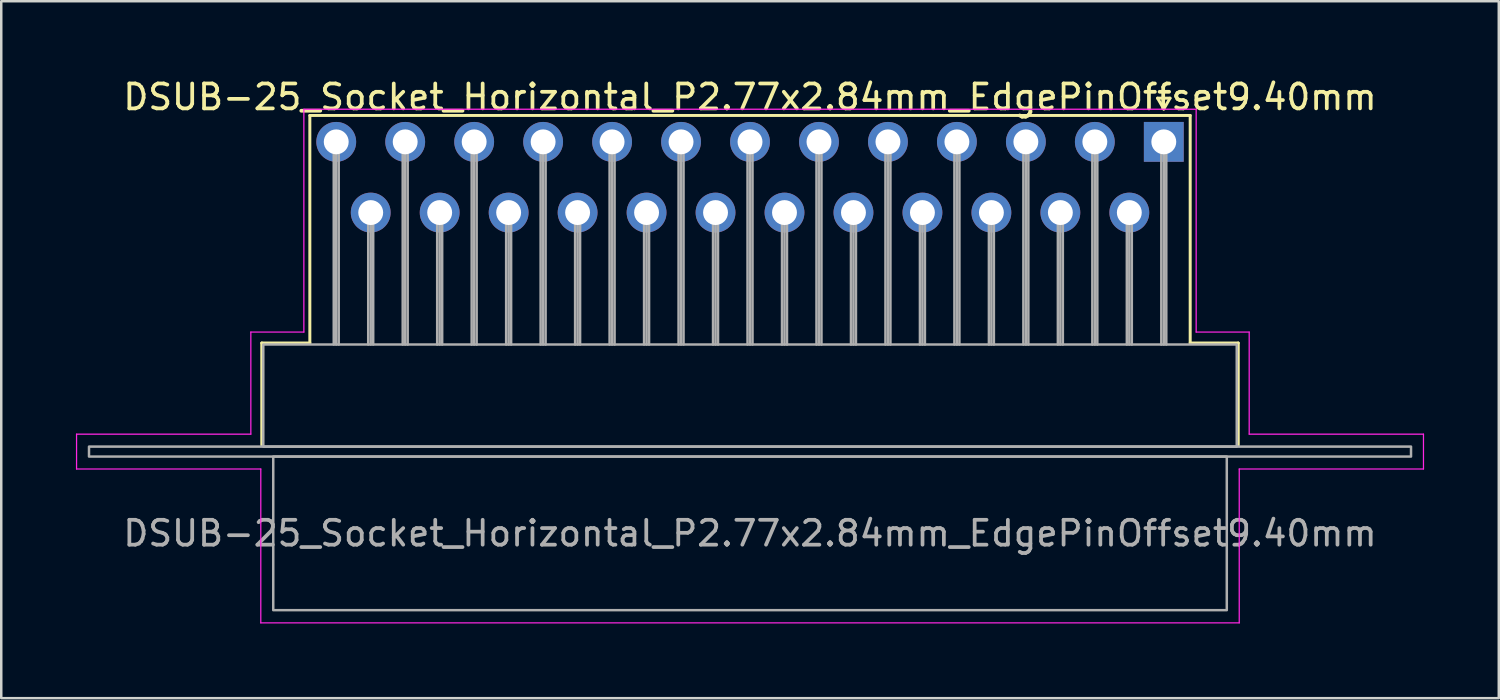
<source format=kicad_pcb>
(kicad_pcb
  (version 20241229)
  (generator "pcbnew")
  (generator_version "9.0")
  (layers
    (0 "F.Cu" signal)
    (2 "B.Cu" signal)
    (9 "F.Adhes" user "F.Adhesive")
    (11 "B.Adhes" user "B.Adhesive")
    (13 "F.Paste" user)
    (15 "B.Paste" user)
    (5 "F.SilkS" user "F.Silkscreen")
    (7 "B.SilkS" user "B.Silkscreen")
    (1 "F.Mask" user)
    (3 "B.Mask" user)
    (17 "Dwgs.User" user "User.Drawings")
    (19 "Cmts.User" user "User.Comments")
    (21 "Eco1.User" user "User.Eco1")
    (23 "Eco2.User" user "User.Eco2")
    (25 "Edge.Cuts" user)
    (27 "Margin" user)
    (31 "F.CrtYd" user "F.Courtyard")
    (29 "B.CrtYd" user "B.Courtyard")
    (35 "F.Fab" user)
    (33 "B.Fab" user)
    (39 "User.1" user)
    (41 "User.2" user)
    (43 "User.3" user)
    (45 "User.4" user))
  (footprint "DSUB-25_Socket_Horizontal_P2.77x2.84mm_EdgePinOffset9.40mm"
    (layer "F.Cu")
    (at 43.695 2.648)
    (property "Reference" "DSUB-25_Socket_Horizontal_P2.77x2.84mm_EdgePinOffset9.40mm" (at -16.62 -1.8 0) (layer "F.SilkS") (effects (font (size 1 1) (thickness 0.15))))
    (attr through_hole)
    (fp_line (start -36.23 8.08) (end -34.3 8.08) (stroke (width 0.12) (type solid)) (layer "F.SilkS"))
    (fp_line (start -36.23 12.18) (end -36.23 8.08) (stroke (width 0.12) (type solid)) (layer "F.SilkS"))
    (fp_line (start -34.3 -1.06) (end 1.06 -1.06) (stroke (width 0.12) (type solid)) (layer "F.SilkS"))
    (fp_line (start -34.3 8.08) (end -34.3 -1.06) (stroke (width 0.12) (type solid)) (layer "F.SilkS"))
    (fp_line (start -0.25 -1.754) (end 0.25 -1.754) (stroke (width 0.12) (type solid)) (layer "F.SilkS"))
    (fp_line (start 0 -1.321) (end -0.25 -1.754) (stroke (width 0.12) (type solid)) (layer "F.SilkS"))
    (fp_line (start 0.25 -1.754) (end 0 -1.321) (stroke (width 0.12) (type solid)) (layer "F.SilkS"))
    (fp_line (start 1.06 -1.06) (end 1.06 8.08) (stroke (width 0.12) (type solid)) (layer "F.SilkS"))
    (fp_line (start 1.06 8.08) (end 2.99 8.08) (stroke (width 0.12) (type solid)) (layer "F.SilkS"))
    (fp_line (start 2.99 8.08) (end 2.99 12.18) (stroke (width 0.12) (type solid)) (layer "F.SilkS"))
    (fp_line (start -43.67 11.74) (end -36.67 11.74) (stroke (width 0.05) (type solid)) (layer "F.CrtYd"))
    (fp_line (start -43.67 13.14) (end -43.67 11.74) (stroke (width 0.05) (type solid)) (layer "F.CrtYd"))
    (fp_line (start -36.67 7.64) (end -34.54 7.64) (stroke (width 0.05) (type solid)) (layer "F.CrtYd"))
    (fp_line (start -36.67 11.74) (end -36.67 7.64) (stroke (width 0.05) (type solid)) (layer "F.CrtYd"))
    (fp_line (start -36.27 13.14) (end -43.67 13.14) (stroke (width 0.05) (type solid)) (layer "F.CrtYd"))
    (fp_line (start -36.27 19.32) (end -36.27 13.14) (stroke (width 0.05) (type solid)) (layer "F.CrtYd"))
    (fp_line (start -34.54 -1.31) (end 1.3 -1.31) (stroke (width 0.05) (type solid)) (layer "F.CrtYd"))
    (fp_line (start -34.54 7.64) (end -34.54 -1.31) (stroke (width 0.05) (type solid)) (layer "F.CrtYd"))
    (fp_line (start 1.3 -1.31) (end 1.3 7.64) (stroke (width 0.05) (type solid)) (layer "F.CrtYd"))
    (fp_line (start 1.3 7.64) (end 3.43 7.64) (stroke (width 0.05) (type solid)) (layer "F.CrtYd"))
    (fp_line (start 3.03 13.14) (end 3.03 19.32) (stroke (width 0.05) (type solid)) (layer "F.CrtYd"))
    (fp_line (start 3.03 19.32) (end -36.27 19.32) (stroke (width 0.05) (type solid)) (layer "F.CrtYd"))
    (fp_line (start 3.43 7.64) (end 3.43 11.74) (stroke (width 0.05) (type solid)) (layer "F.CrtYd"))
    (fp_line (start 3.43 11.74) (end 10.43 11.74) (stroke (width 0.05) (type solid)) (layer "F.CrtYd"))
    (fp_line (start 10.43 11.74) (end 10.43 13.14) (stroke (width 0.05) (type solid)) (layer "F.CrtYd"))
    (fp_line (start 10.43 13.14) (end 3.03 13.14) (stroke (width 0.05) (type solid)) (layer "F.CrtYd"))
    (fp_line (start -33.34 0) (end -33.34 8.14) (stroke (width 0.1) (type solid)) (layer "F.Fab"))
    (fp_line (start -33.24 0) (end -33.24 8.14) (stroke (width 0.1) (type solid)) (layer "F.Fab"))
    (fp_line (start -33.14 0) (end -33.14 8.14) (stroke (width 0.1) (type solid)) (layer "F.Fab"))
    (fp_line (start -31.955 2.84) (end -31.955 8.14) (stroke (width 0.1) (type solid)) (layer "F.Fab"))
    (fp_line (start -31.855 2.84) (end -31.855 8.14) (stroke (width 0.1) (type solid)) (layer "F.Fab"))
    (fp_line (start -31.755 2.84) (end -31.755 8.14) (stroke (width 0.1) (type solid)) (layer "F.Fab"))
    (fp_line (start -30.57 0) (end -30.57 8.14) (stroke (width 0.1) (type solid)) (layer "F.Fab"))
    (fp_line (start -30.47 0) (end -30.47 8.14) (stroke (width 0.1) (type solid)) (layer "F.Fab"))
    (fp_line (start -30.37 0) (end -30.37 8.14) (stroke (width 0.1) (type solid)) (layer "F.Fab"))
    (fp_line (start -29.185 2.84) (end -29.185 8.14) (stroke (width 0.1) (type solid)) (layer "F.Fab"))
    (fp_line (start -29.085 2.84) (end -29.085 8.14) (stroke (width 0.1) (type solid)) (layer "F.Fab"))
    (fp_line (start -28.985 2.84) (end -28.985 8.14) (stroke (width 0.1) (type solid)) (layer "F.Fab"))
    (fp_line (start -27.8 0) (end -27.8 8.14) (stroke (width 0.1) (type solid)) (layer "F.Fab"))
    (fp_line (start -27.7 0) (end -27.7 8.14) (stroke (width 0.1) (type solid)) (layer "F.Fab"))
    (fp_line (start -27.6 0) (end -27.6 8.14) (stroke (width 0.1) (type solid)) (layer "F.Fab"))
    (fp_line (start -26.415 2.84) (end -26.415 8.14) (stroke (width 0.1) (type solid)) (layer "F.Fab"))
    (fp_line (start -26.315 2.84) (end -26.315 8.14) (stroke (width 0.1) (type solid)) (layer "F.Fab"))
    (fp_line (start -26.215 2.84) (end -26.215 8.14) (stroke (width 0.1) (type solid)) (layer "F.Fab"))
    (fp_line (start -25.03 0) (end -25.03 8.14) (stroke (width 0.1) (type solid)) (layer "F.Fab"))
    (fp_line (start -24.93 0) (end -24.93 8.14) (stroke (width 0.1) (type solid)) (layer "F.Fab"))
    (fp_line (start -24.83 0) (end -24.83 8.14) (stroke (width 0.1) (type solid)) (layer "F.Fab"))
    (fp_line (start -23.645 2.84) (end -23.645 8.14) (stroke (width 0.1) (type solid)) (layer "F.Fab"))
    (fp_line (start -23.545 2.84) (end -23.545 8.14) (stroke (width 0.1) (type solid)) (layer "F.Fab"))
    (fp_line (start -23.445 2.84) (end -23.445 8.14) (stroke (width 0.1) (type solid)) (layer "F.Fab"))
    (fp_line (start -22.26 0) (end -22.26 8.14) (stroke (width 0.1) (type solid)) (layer "F.Fab"))
    (fp_line (start -22.16 0) (end -22.16 8.14) (stroke (width 0.1) (type solid)) (layer "F.Fab"))
    (fp_line (start -22.06 0) (end -22.06 8.14) (stroke (width 0.1) (type solid)) (layer "F.Fab"))
    (fp_line (start -20.875 2.84) (end -20.875 8.14) (stroke (width 0.1) (type solid)) (layer "F.Fab"))
    (fp_line (start -20.775 2.84) (end -20.775 8.14) (stroke (width 0.1) (type solid)) (layer "F.Fab"))
    (fp_line (start -20.675 2.84) (end -20.675 8.14) (stroke (width 0.1) (type solid)) (layer "F.Fab"))
    (fp_line (start -19.49 0) (end -19.49 8.14) (stroke (width 0.1) (type solid)) (layer "F.Fab"))
    (fp_line (start -19.39 0) (end -19.39 8.14) (stroke (width 0.1) (type solid)) (layer "F.Fab"))
    (fp_line (start -19.29 0) (end -19.29 8.14) (stroke (width 0.1) (type solid)) (layer "F.Fab"))
    (fp_line (start -18.105 2.84) (end -18.105 8.14) (stroke (width 0.1) (type solid)) (layer "F.Fab"))
    (fp_line (start -18.005 2.84) (end -18.005 8.14) (stroke (width 0.1) (type solid)) (layer "F.Fab"))
    (fp_line (start -17.905 2.84) (end -17.905 8.14) (stroke (width 0.1) (type solid)) (layer "F.Fab"))
    (fp_line (start -16.72 0) (end -16.72 8.14) (stroke (width 0.1) (type solid)) (layer "F.Fab"))
    (fp_line (start -16.62 0) (end -16.62 8.14) (stroke (width 0.1) (type solid)) (layer "F.Fab"))
    (fp_line (start -16.52 0) (end -16.52 8.14) (stroke (width 0.1) (type solid)) (layer "F.Fab"))
    (fp_line (start -15.335 2.84) (end -15.335 8.14) (stroke (width 0.1) (type solid)) (layer "F.Fab"))
    (fp_line (start -15.235 2.84) (end -15.235 8.14) (stroke (width 0.1) (type solid)) (layer "F.Fab"))
    (fp_line (start -15.135 2.84) (end -15.135 8.14) (stroke (width 0.1) (type solid)) (layer "F.Fab"))
    (fp_line (start -13.95 0) (end -13.95 8.14) (stroke (width 0.1) (type solid)) (layer "F.Fab"))
    (fp_line (start -13.85 0) (end -13.85 8.14) (stroke (width 0.1) (type solid)) (layer "F.Fab"))
    (fp_line (start -13.75 0) (end -13.75 8.14) (stroke (width 0.1) (type solid)) (layer "F.Fab"))
    (fp_line (start -12.565 2.84) (end -12.565 8.14) (stroke (width 0.1) (type solid)) (layer "F.Fab"))
    (fp_line (start -12.465 2.84) (end -12.465 8.14) (stroke (width 0.1) (type solid)) (layer "F.Fab"))
    (fp_line (start -12.365 2.84) (end -12.365 8.14) (stroke (width 0.1) (type solid)) (layer "F.Fab"))
    (fp_line (start -11.18 0) (end -11.18 8.14) (stroke (width 0.1) (type solid)) (layer "F.Fab"))
    (fp_line (start -11.08 0) (end -11.08 8.14) (stroke (width 0.1) (type solid)) (layer "F.Fab"))
    (fp_line (start -10.98 0) (end -10.98 8.14) (stroke (width 0.1) (type solid)) (layer "F.Fab"))
    (fp_line (start -9.795 2.84) (end -9.795 8.14) (stroke (width 0.1) (type solid)) (layer "F.Fab"))
    (fp_line (start -9.695 2.84) (end -9.695 8.14) (stroke (width 0.1) (type solid)) (layer "F.Fab"))
    (fp_line (start -9.595 2.84) (end -9.595 8.14) (stroke (width 0.1) (type solid)) (layer "F.Fab"))
    (fp_line (start -8.41 0) (end -8.41 8.14) (stroke (width 0.1) (type solid)) (layer "F.Fab"))
    (fp_line (start -8.31 0) (end -8.31 8.14) (stroke (width 0.1) (type solid)) (layer "F.Fab"))
    (fp_line (start -8.21 0) (end -8.21 8.14) (stroke (width 0.1) (type solid)) (layer "F.Fab"))
    (fp_line (start -7.025 2.84) (end -7.025 8.14) (stroke (width 0.1) (type solid)) (layer "F.Fab"))
    (fp_line (start -6.925 2.84) (end -6.925 8.14) (stroke (width 0.1) (type solid)) (layer "F.Fab"))
    (fp_line (start -6.825 2.84) (end -6.825 8.14) (stroke (width 0.1) (type solid)) (layer "F.Fab"))
    (fp_line (start -5.64 0) (end -5.64 8.14) (stroke (width 0.1) (type solid)) (layer "F.Fab"))
    (fp_line (start -5.54 0) (end -5.54 8.14) (stroke (width 0.1) (type solid)) (layer "F.Fab"))
    (fp_line (start -5.44 0) (end -5.44 8.14) (stroke (width 0.1) (type solid)) (layer "F.Fab"))
    (fp_line (start -4.255 2.84) (end -4.255 8.14) (stroke (width 0.1) (type solid)) (layer "F.Fab"))
    (fp_line (start -4.155 2.84) (end -4.155 8.14) (stroke (width 0.1) (type solid)) (layer "F.Fab"))
    (fp_line (start -4.055 2.84) (end -4.055 8.14) (stroke (width 0.1) (type solid)) (layer "F.Fab"))
    (fp_line (start -2.87 0) (end -2.87 8.14) (stroke (width 0.1) (type solid)) (layer "F.Fab"))
    (fp_line (start -2.77 0) (end -2.77 8.14) (stroke (width 0.1) (type solid)) (layer "F.Fab"))
    (fp_line (start -2.67 0) (end -2.67 8.14) (stroke (width 0.1) (type solid)) (layer "F.Fab"))
    (fp_line (start -1.485 2.84) (end -1.485 8.14) (stroke (width 0.1) (type solid)) (layer "F.Fab"))
    (fp_line (start -1.385 2.84) (end -1.385 8.14) (stroke (width 0.1) (type solid)) (layer "F.Fab"))
    (fp_line (start -1.285 2.84) (end -1.285 8.14) (stroke (width 0.1) (type solid)) (layer "F.Fab"))
    (fp_line (start -0.1 0) (end -0.1 8.14) (stroke (width 0.1) (type solid)) (layer "F.Fab"))
    (fp_line (start 0 0) (end 0 8.14) (stroke (width 0.1) (type solid)) (layer "F.Fab"))
    (fp_line (start 0.1 0) (end 0.1 8.14) (stroke (width 0.1) (type solid)) (layer "F.Fab"))
    (fp_rect (start -43.17 12.24) (end 9.93 12.64) (stroke (width 0.1) (type solid)) (fill no) (layer "F.Fab"))
    (fp_rect (start -36.17 8.14) (end 2.93 12.24) (stroke (width 0.1) (type solid)) (fill no) (layer "F.Fab"))
    (fp_rect (start -35.77 12.64) (end 2.53 18.81) (stroke (width 0.1) (type solid)) (fill no) (layer "F.Fab"))
    (fp_text user "${REFERENCE}" (at -16.62 15.725 0) (layer "F.Fab") (effects (font (size 1 1) (thickness 0.15))))
    (pad "1" thru_hole rect (at 0 0) (size 1.6 1.6) (drill 1) (layers "*.Cu" "*.Mask"))
    (pad "2" thru_hole circle (at -2.77 0) (size 1.6 1.6) (drill 1) (layers "*.Cu" "*.Mask"))
    (pad "3" thru_hole circle (at -5.54 0) (size 1.6 1.6) (drill 1) (layers "*.Cu" "*.Mask"))
    (pad "4" thru_hole circle (at -8.31 0) (size 1.6 1.6) (drill 1) (layers "*.Cu" "*.Mask"))
    (pad "5" thru_hole circle (at -11.08 0) (size 1.6 1.6) (drill 1) (layers "*.Cu" "*.Mask"))
    (pad "6" thru_hole circle (at -13.85 0) (size 1.6 1.6) (drill 1) (layers "*.Cu" "*.Mask"))
    (pad "7" thru_hole circle (at -16.62 0) (size 1.6 1.6) (drill 1) (layers "*.Cu" "*.Mask"))
    (pad "8" thru_hole circle (at -19.39 0) (size 1.6 1.6) (drill 1) (layers "*.Cu" "*.Mask"))
    (pad "9" thru_hole circle (at -22.16 0) (size 1.6 1.6) (drill 1) (layers "*.Cu" "*.Mask"))
    (pad "10" thru_hole circle (at -24.93 0) (size 1.6 1.6) (drill 1) (layers "*.Cu" "*.Mask"))
    (pad "11" thru_hole circle (at -27.7 0) (size 1.6 1.6) (drill 1) (layers "*.Cu" "*.Mask"))
    (pad "12" thru_hole circle (at -30.47 0) (size 1.6 1.6) (drill 1) (layers "*.Cu" "*.Mask"))
    (pad "13" thru_hole circle (at -33.24 0) (size 1.6 1.6) (drill 1) (layers "*.Cu" "*.Mask"))
    (pad "14" thru_hole circle (at -1.385 2.84) (size 1.6 1.6) (drill 1) (layers "*.Cu" "*.Mask"))
    (pad "15" thru_hole circle (at -4.155 2.84) (size 1.6 1.6) (drill 1) (layers "*.Cu" "*.Mask"))
    (pad "16" thru_hole circle (at -6.925 2.84) (size 1.6 1.6) (drill 1) (layers "*.Cu" "*.Mask"))
    (pad "17" thru_hole circle (at -9.695 2.84) (size 1.6 1.6) (drill 1) (layers "*.Cu" "*.Mask"))
    (pad "18" thru_hole circle (at -12.465 2.84) (size 1.6 1.6) (drill 1) (layers "*.Cu" "*.Mask"))
    (pad "19" thru_hole circle (at -15.235 2.84) (size 1.6 1.6) (drill 1) (layers "*.Cu" "*.Mask"))
    (pad "20" thru_hole circle (at -18.005 2.84) (size 1.6 1.6) (drill 1) (layers "*.Cu" "*.Mask"))
    (pad "21" thru_hole circle (at -20.775 2.84) (size 1.6 1.6) (drill 1) (layers "*.Cu" "*.Mask"))
    (pad "22" thru_hole circle (at -23.545 2.84) (size 1.6 1.6) (drill 1) (layers "*.Cu" "*.Mask"))
    (pad "23" thru_hole circle (at -26.315 2.84) (size 1.6 1.6) (drill 1) (layers "*.Cu" "*.Mask"))
    (pad "24" thru_hole circle (at -29.085 2.84) (size 1.6 1.6) (drill 1) (layers "*.Cu" "*.Mask"))
    (pad "25" thru_hole circle (at -31.855 2.84) (size 1.6 1.6) (drill 1) (layers "*.Cu" "*.Mask")))
  (gr_rect
    (start -3 -3)
    (end 57.15 24.993)
    (stroke (width 0.1) (type default))
    (fill no)
    (layer "Edge.Cuts")))
</source>
